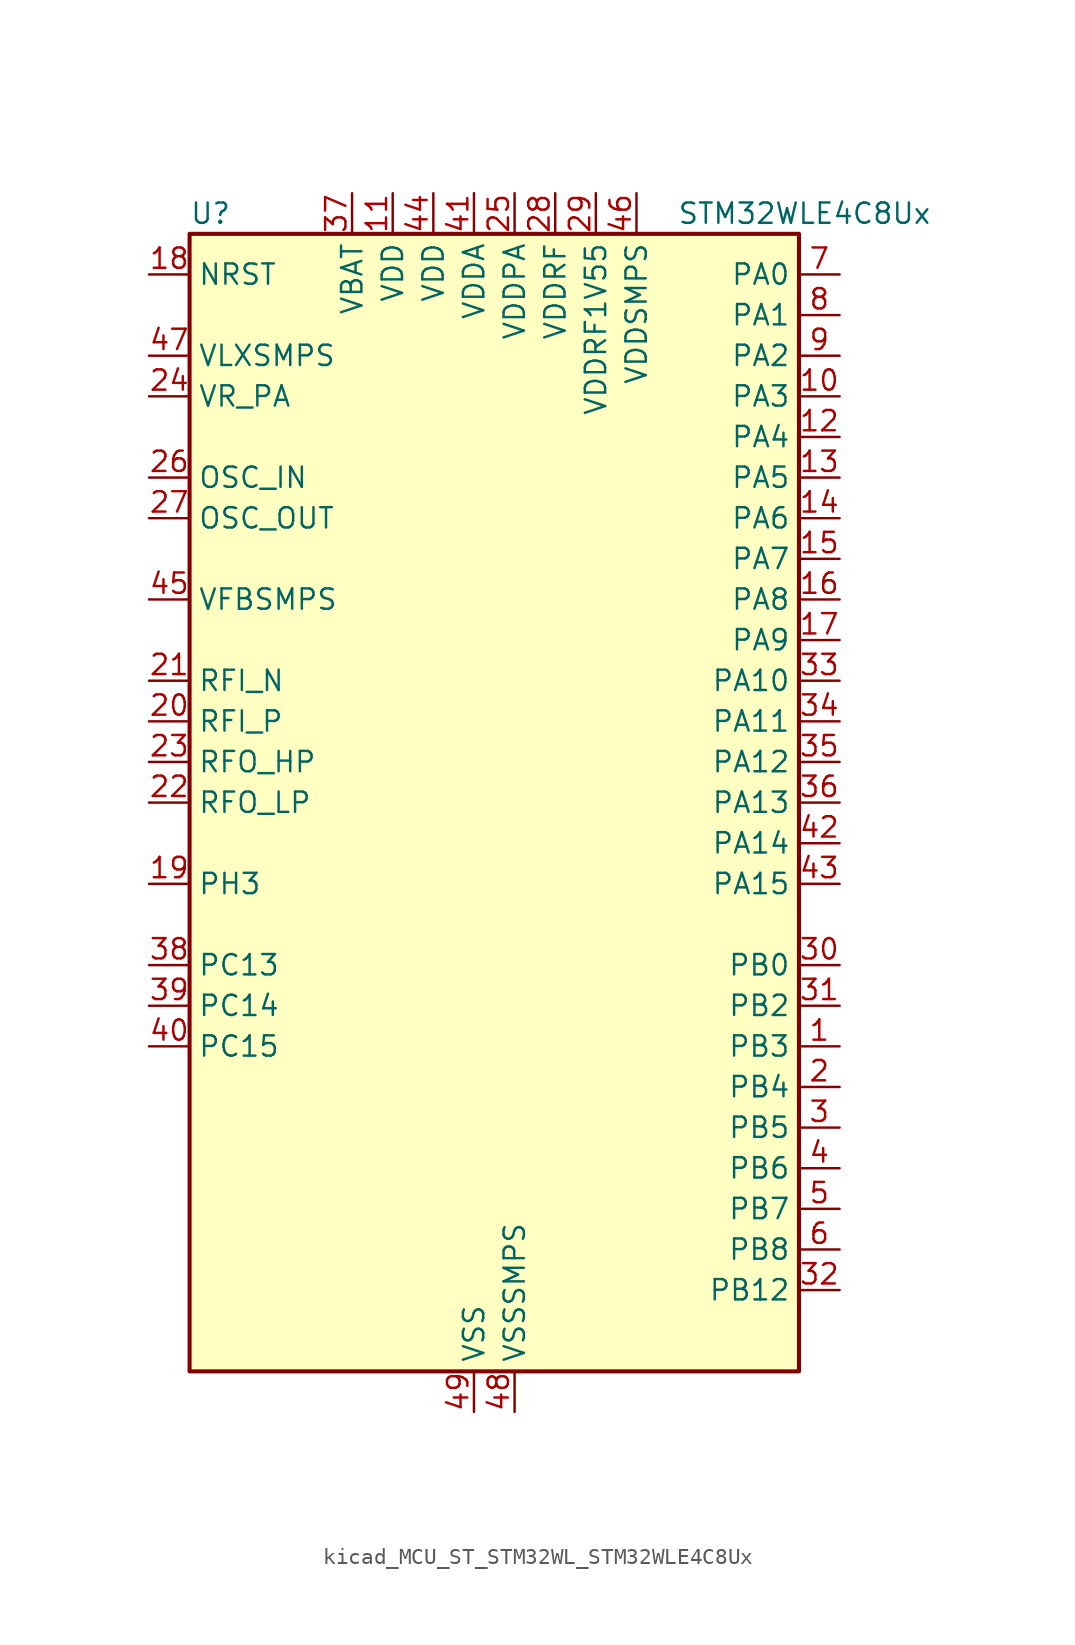
<source format=kicad_sym>
(kicad_symbol_lib
  (version 20220914)
  (generator kicad_symbol_editor)
  (symbol "kicad_MCU_ST_STM32WL_STM32WLE4C8Ux"
    (property "Reference" "U"
      (at -17.78 36.83 0)
      (effects (font (size 1.27 1.27)) (justify left)))
    (property "Value" "STM32WLE4C8Ux"
      (at 12.7 36.83 0)
      (effects (font (size 1.27 1.27)) (justify left)))
    (property "ki_locked" ""
      (at 0 0 0)
      (effects (font (size 1.27 1.27))))
    (symbol "kicad_MCU_ST_STM32WL_STM32WLE4C8Ux_0_1"
      (rectangle (start -17.78 -35.56) (end 20.32 35.56) (stroke (width 0.254) (type default)) (fill (type background))))
    (symbol "kicad_MCU_ST_STM32WL_STM32WLE4C8Ux_1_1"
      (pin bidirectional line (at 22.86 -15.24 180) (length 2.54) (name "PB3" (effects (font (size 1.27 1.27)))) (number "1" (effects (font (size 1.27 1.27)))) (alternate "ADC_IN2" bidirectional line) (alternate "COMP1_INM" bidirectional line) (alternate "COMP2_INM" bidirectional line) (alternate "DEBUG_JTDO-SWO" bidirectional line) (alternate "DEBUG_RF-DTB1" bidirectional line) (alternate "PWR_WKUP3" bidirectional line) (alternate "RTC_TAMP_IN3" bidirectional line) (alternate "SPI1_SCK" bidirectional line) (alternate "TIM2_CH2" bidirectional line) (alternate "USART1_DE" bidirectional line) (alternate "USART1_RTS" bidirectional line))
      (pin bidirectional line (at 22.86 25.4 180) (length 2.54) (name "PA3" (effects (font (size 1.27 1.27)))) (number "10" (effects (font (size 1.27 1.27)))) (alternate "I2S2_MCK" bidirectional line) (alternate "LPUART1_RX" bidirectional line) (alternate "TIM2_CH4" bidirectional line) (alternate "USART2_RX" bidirectional line))
      (pin power_in line (at -5.08 38.1 270) (length 2.54) (name "VDD" (effects (font (size 1.27 1.27)))) (number "11" (effects (font (size 1.27 1.27)))))
      (pin bidirectional line (at 22.86 22.86 180) (length 2.54) (name "PA4" (effects (font (size 1.27 1.27)))) (number "12" (effects (font (size 1.27 1.27)))) (alternate "DEBUG_SUBGHZSPI-NSSOUT" bidirectional line) (alternate "LPTIM1_OUT" bidirectional line) (alternate "LPTIM2_OUT" bidirectional line) (alternate "RTC_OUT2" bidirectional line) (alternate "SPI1_NSS" bidirectional line) (alternate "USART2_CK" bidirectional line))
      (pin bidirectional line (at 22.86 20.32 180) (length 2.54) (name "PA5" (effects (font (size 1.27 1.27)))) (number "13" (effects (font (size 1.27 1.27)))) (alternate "DEBUG_SUBGHZSPI-SCKOUT" bidirectional line) (alternate "LPTIM2_ETR" bidirectional line) (alternate "SPI1_SCK" bidirectional line) (alternate "SPI2_MISO" bidirectional line) (alternate "TIM2_CH1" bidirectional line) (alternate "TIM2_ETR" bidirectional line))
      (pin bidirectional line (at 22.86 17.78 180) (length 2.54) (name "PA6" (effects (font (size 1.27 1.27)))) (number "14" (effects (font (size 1.27 1.27)))) (alternate "DEBUG_SUBGHZSPI-MISOOUT" bidirectional line) (alternate "I2C2_SMBA" bidirectional line) (alternate "LPUART1_CTS" bidirectional line) (alternate "SPI1_MISO" bidirectional line) (alternate "TIM16_CH1" bidirectional line) (alternate "TIM1_BKIN" bidirectional line))
      (pin bidirectional line (at 22.86 15.24 180) (length 2.54) (name "PA7" (effects (font (size 1.27 1.27)))) (number "15" (effects (font (size 1.27 1.27)))) (alternate "COMP2_OUT" bidirectional line) (alternate "DEBUG_SUBGHZSPI-MOSIOUT" bidirectional line) (alternate "I2C3_SCL" bidirectional line) (alternate "SPI1_MOSI" bidirectional line) (alternate "TIM17_CH1" bidirectional line) (alternate "TIM1_CH1N" bidirectional line))
      (pin bidirectional line (at 22.86 12.7 180) (length 2.54) (name "PA8" (effects (font (size 1.27 1.27)))) (number "16" (effects (font (size 1.27 1.27)))) (alternate "I2S2_CK" bidirectional line) (alternate "LPTIM2_OUT" bidirectional line) (alternate "RCC_MCO" bidirectional line) (alternate "SPI2_SCK" bidirectional line) (alternate "TIM1_CH1" bidirectional line) (alternate "USART1_CK" bidirectional line))
      (pin bidirectional line (at 22.86 10.16 180) (length 2.54) (name "PA9" (effects (font (size 1.27 1.27)))) (number "17" (effects (font (size 1.27 1.27)))) (alternate "DAC_EXTI9" bidirectional line) (alternate "I2C1_SCL" bidirectional line) (alternate "I2S2_CK" bidirectional line) (alternate "I2S2_WS" bidirectional line) (alternate "SPI2_NSS" bidirectional line) (alternate "SPI2_SCK" bidirectional line) (alternate "TIM1_CH2" bidirectional line) (alternate "USART1_TX" bidirectional line))
      (pin input line (at -20.32 33.02 0) (length 2.54) (name "NRST" (effects (font (size 1.27 1.27)))) (number "18" (effects (font (size 1.27 1.27)))))
      (pin bidirectional line (at -20.32 -5.08 0) (length 2.54) (name "PH3" (effects (font (size 1.27 1.27)))) (number "19" (effects (font (size 1.27 1.27)))))
      (pin bidirectional line (at 22.86 -17.78 180) (length 2.54) (name "PB4" (effects (font (size 1.27 1.27)))) (number "2" (effects (font (size 1.27 1.27)))) (alternate "ADC_IN3" bidirectional line) (alternate "COMP1_INP" bidirectional line) (alternate "COMP2_INP" bidirectional line) (alternate "DEBUG_JTRST" bidirectional line) (alternate "DEBUG_RF-LDORDY" bidirectional line) (alternate "I2C3_SDA" bidirectional line) (alternate "SPI1_MISO" bidirectional line) (alternate "TIM17_BKIN" bidirectional line) (alternate "USART1_CTS" bidirectional line) (alternate "USART1_NSS" bidirectional line))
      (pin bidirectional line (at -20.32 5.08 0) (length 2.54) (name "RFI_P" (effects (font (size 1.27 1.27)))) (number "20" (effects (font (size 1.27 1.27)))))
      (pin bidirectional line (at -20.32 7.62 0) (length 2.54) (name "RFI_N" (effects (font (size 1.27 1.27)))) (number "21" (effects (font (size 1.27 1.27)))))
      (pin bidirectional line (at -20.32 0 0) (length 2.54) (name "RFO_LP" (effects (font (size 1.27 1.27)))) (number "22" (effects (font (size 1.27 1.27)))))
      (pin bidirectional line (at -20.32 2.54 0) (length 2.54) (name "RFO_HP" (effects (font (size 1.27 1.27)))) (number "23" (effects (font (size 1.27 1.27)))))
      (pin power_in line (at -20.32 25.4 0) (length 2.54) (name "VR_PA" (effects (font (size 1.27 1.27)))) (number "24" (effects (font (size 1.27 1.27)))))
      (pin power_in line (at 2.54 38.1 270) (length 2.54) (name "VDDPA" (effects (font (size 1.27 1.27)))) (number "25" (effects (font (size 1.27 1.27)))))
      (pin input line (at -20.32 20.32 0) (length 2.54) (name "OSC_IN" (effects (font (size 1.27 1.27)))) (number "26" (effects (font (size 1.27 1.27)))) (alternate "RCC_OSC_IN" bidirectional line))
      (pin input line (at -20.32 17.78 0) (length 2.54) (name "OSC_OUT" (effects (font (size 1.27 1.27)))) (number "27" (effects (font (size 1.27 1.27)))) (alternate "RCC_OSC_OUT" bidirectional line))
      (pin power_in line (at 5.08 38.1 270) (length 2.54) (name "VDDRF" (effects (font (size 1.27 1.27)))) (number "28" (effects (font (size 1.27 1.27)))))
      (pin power_in line (at 7.62 38.1 270) (length 2.54) (name "VDDRF1V55" (effects (font (size 1.27 1.27)))) (number "29" (effects (font (size 1.27 1.27)))))
      (pin bidirectional line (at 22.86 -20.32 180) (length 2.54) (name "PB5" (effects (font (size 1.27 1.27)))) (number "3" (effects (font (size 1.27 1.27)))) (alternate "COMP2_OUT" bidirectional line) (alternate "I2C1_SMBA" bidirectional line) (alternate "LPTIM1_IN1" bidirectional line) (alternate "SPI1_MOSI" bidirectional line) (alternate "TIM16_BKIN" bidirectional line) (alternate "USART1_CK" bidirectional line))
      (pin bidirectional line (at 22.86 -10.16 180) (length 2.54) (name "PB0" (effects (font (size 1.27 1.27)))) (number "30" (effects (font (size 1.27 1.27)))) (alternate "COMP1_OUT" bidirectional line) (alternate "VDDTCXO" bidirectional line))
      (pin bidirectional line (at 22.86 -12.7 180) (length 2.54) (name "PB2" (effects (font (size 1.27 1.27)))) (number "31" (effects (font (size 1.27 1.27)))) (alternate "ADC_IN4" bidirectional line) (alternate "COMP1_INP" bidirectional line) (alternate "COMP2_INM" bidirectional line) (alternate "DEBUG_RF-SMPSRDY" bidirectional line) (alternate "I2C3_SMBA" bidirectional line) (alternate "LPTIM1_OUT" bidirectional line) (alternate "SPI1_NSS" bidirectional line))
      (pin bidirectional line (at 22.86 -30.48 180) (length 2.54) (name "PB12" (effects (font (size 1.27 1.27)))) (number "32" (effects (font (size 1.27 1.27)))) (alternate "I2C3_SMBA" bidirectional line) (alternate "I2S2_WS" bidirectional line) (alternate "LPUART1_RTS" bidirectional line) (alternate "SPI2_NSS" bidirectional line) (alternate "TIM1_BKIN" bidirectional line))
      (pin bidirectional line (at 22.86 7.62 180) (length 2.54) (name "PA10" (effects (font (size 1.27 1.27)))) (number "33" (effects (font (size 1.27 1.27)))) (alternate "ADC_IN6" bidirectional line) (alternate "COMP1_INM" bidirectional line) (alternate "COMP2_INM" bidirectional line) (alternate "DAC_OUT1" bidirectional line) (alternate "DEBUG_RF-HSE32RDY" bidirectional line) (alternate "I2C1_SDA" bidirectional line) (alternate "I2S2_SD" bidirectional line) (alternate "RTC_REFIN" bidirectional line) (alternate "SPI2_MOSI" bidirectional line) (alternate "TIM17_BKIN" bidirectional line) (alternate "TIM1_CH3" bidirectional line) (alternate "USART1_RX" bidirectional line))
      (pin bidirectional line (at 22.86 5.08 180) (length 2.54) (name "PA11" (effects (font (size 1.27 1.27)))) (number "34" (effects (font (size 1.27 1.27)))) (alternate "ADC_EXTI11" bidirectional line) (alternate "ADC_IN7" bidirectional line) (alternate "COMP1_INM" bidirectional line) (alternate "COMP2_INM" bidirectional line) (alternate "DEBUG_RF-NRESET" bidirectional line) (alternate "I2C2_SDA" bidirectional line) (alternate "LPTIM3_ETR" bidirectional line) (alternate "SPI1_MISO" bidirectional line) (alternate "TIM1_BKIN2" bidirectional line) (alternate "TIM1_CH4" bidirectional line) (alternate "USART1_CTS" bidirectional line) (alternate "USART1_NSS" bidirectional line))
      (pin bidirectional line (at 22.86 2.54 180) (length 2.54) (name "PA12" (effects (font (size 1.27 1.27)))) (number "35" (effects (font (size 1.27 1.27)))) (alternate "ADC_IN8" bidirectional line) (alternate "DEBUG_RF-BUSY" bidirectional line) (alternate "I2C2_SCL" bidirectional line) (alternate "LPTIM3_IN1" bidirectional line) (alternate "SPI1_MOSI" bidirectional line) (alternate "TIM1_ETR" bidirectional line) (alternate "USART1_DE" bidirectional line) (alternate "USART1_RTS" bidirectional line))
      (pin bidirectional line (at 22.86 0 180) (length 2.54) (name "PA13" (effects (font (size 1.27 1.27)))) (number "36" (effects (font (size 1.27 1.27)))) (alternate "ADC_IN9" bidirectional line) (alternate "DEBUG_JTMS-SWDIO" bidirectional line) (alternate "I2C2_SMBA" bidirectional line) (alternate "IR_OUT" bidirectional line))
      (pin power_in line (at -7.62 38.1 270) (length 2.54) (name "VBAT" (effects (font (size 1.27 1.27)))) (number "37" (effects (font (size 1.27 1.27)))))
      (pin bidirectional line (at -20.32 -10.16 0) (length 2.54) (name "PC13" (effects (font (size 1.27 1.27)))) (number "38" (effects (font (size 1.27 1.27)))) (alternate "PWR_WKUP2" bidirectional line) (alternate "RTC_OUT1" bidirectional line) (alternate "RTC_TAMP_IN1" bidirectional line) (alternate "RTC_TS" bidirectional line))
      (pin bidirectional line (at -20.32 -12.7 0) (length 2.54) (name "PC14" (effects (font (size 1.27 1.27)))) (number "39" (effects (font (size 1.27 1.27)))) (alternate "RCC_OSC32_IN" bidirectional line))
      (pin bidirectional line (at 22.86 -22.86 180) (length 2.54) (name "PB6" (effects (font (size 1.27 1.27)))) (number "4" (effects (font (size 1.27 1.27)))) (alternate "I2C1_SCL" bidirectional line) (alternate "LPTIM1_ETR" bidirectional line) (alternate "TIM16_CH1N" bidirectional line) (alternate "USART1_TX" bidirectional line))
      (pin bidirectional line (at -20.32 -15.24 0) (length 2.54) (name "PC15" (effects (font (size 1.27 1.27)))) (number "40" (effects (font (size 1.27 1.27)))) (alternate "RCC_OSC32_OUT" bidirectional line))
      (pin power_in line (at 0 38.1 270) (length 2.54) (name "VDDA" (effects (font (size 1.27 1.27)))) (number "41" (effects (font (size 1.27 1.27)))))
      (pin bidirectional line (at 22.86 -2.54 180) (length 2.54) (name "PA14" (effects (font (size 1.27 1.27)))) (number "42" (effects (font (size 1.27 1.27)))) (alternate "ADC_IN10" bidirectional line) (alternate "DEBUG_JTCK-SWCLK" bidirectional line) (alternate "I2C1_SMBA" bidirectional line) (alternate "LPTIM1_OUT" bidirectional line))
      (pin bidirectional line (at 22.86 -5.08 180) (length 2.54) (name "PA15" (effects (font (size 1.27 1.27)))) (number "43" (effects (font (size 1.27 1.27)))) (alternate "ADC_IN11" bidirectional line) (alternate "COMP1_INM" bidirectional line) (alternate "COMP2_INP" bidirectional line) (alternate "DEBUG_JTDI" bidirectional line) (alternate "I2C2_SDA" bidirectional line) (alternate "SPI1_NSS" bidirectional line) (alternate "TIM2_CH1" bidirectional line) (alternate "TIM2_ETR" bidirectional line))
      (pin power_in line (at -2.54 38.1 270) (length 2.54) (name "VDD" (effects (font (size 1.27 1.27)))) (number "44" (effects (font (size 1.27 1.27)))))
      (pin input line (at -20.32 12.7 0) (length 2.54) (name "VFBSMPS" (effects (font (size 1.27 1.27)))) (number "45" (effects (font (size 1.27 1.27)))))
      (pin power_in line (at 10.16 38.1 270) (length 2.54) (name "VDDSMPS" (effects (font (size 1.27 1.27)))) (number "46" (effects (font (size 1.27 1.27)))))
      (pin power_in line (at -20.32 27.94 0) (length 2.54) (name "VLXSMPS" (effects (font (size 1.27 1.27)))) (number "47" (effects (font (size 1.27 1.27)))))
      (pin power_in line (at 2.54 -38.1 90) (length 2.54) (name "VSSSMPS" (effects (font (size 1.27 1.27)))) (number "48" (effects (font (size 1.27 1.27)))))
      (pin power_in line (at 0 -38.1 90) (length 2.54) (name "VSS" (effects (font (size 1.27 1.27)))) (number "49" (effects (font (size 1.27 1.27)))))
      (pin bidirectional line (at 22.86 -25.4 180) (length 2.54) (name "PB7" (effects (font (size 1.27 1.27)))) (number "5" (effects (font (size 1.27 1.27)))) (alternate "I2C1_SDA" bidirectional line) (alternate "LPTIM1_IN2" bidirectional line) (alternate "PWR_PVD_IN" bidirectional line) (alternate "TIM17_CH1N" bidirectional line) (alternate "TIM1_BKIN" bidirectional line) (alternate "USART1_RX" bidirectional line))
      (pin bidirectional line (at 22.86 -27.94 180) (length 2.54) (name "PB8" (effects (font (size 1.27 1.27)))) (number "6" (effects (font (size 1.27 1.27)))) (alternate "I2C1_SCL" bidirectional line) (alternate "TIM16_CH1" bidirectional line) (alternate "TIM1_CH2N" bidirectional line))
      (pin bidirectional line (at 22.86 33.02 180) (length 2.54) (name "PA0" (effects (font (size 1.27 1.27)))) (number "7" (effects (font (size 1.27 1.27)))) (alternate "COMP1_OUT" bidirectional line) (alternate "DEBUG_PWR-REGLP1S" bidirectional line) (alternate "I2C3_SMBA" bidirectional line) (alternate "I2S_CKIN" bidirectional line) (alternate "PWR_WKUP1" bidirectional line) (alternate "RTC_TAMP_IN2" bidirectional line) (alternate "TIM2_CH1" bidirectional line) (alternate "TIM2_ETR" bidirectional line) (alternate "USART2_CTS" bidirectional line) (alternate "USART2_NSS" bidirectional line))
      (pin bidirectional line (at 22.86 30.48 180) (length 2.54) (name "PA1" (effects (font (size 1.27 1.27)))) (number "8" (effects (font (size 1.27 1.27)))) (alternate "DEBUG_PWR-REGLP2S" bidirectional line) (alternate "I2C1_SMBA" bidirectional line) (alternate "LPTIM3_OUT" bidirectional line) (alternate "LPUART1_RTS" bidirectional line) (alternate "SPI1_SCK" bidirectional line) (alternate "TIM2_CH2" bidirectional line) (alternate "USART2_DE" bidirectional line) (alternate "USART2_RTS" bidirectional line))
      (pin bidirectional line (at 22.86 27.94 180) (length 2.54) (name "PA2" (effects (font (size 1.27 1.27)))) (number "9" (effects (font (size 1.27 1.27)))) (alternate "COMP2_OUT" bidirectional line) (alternate "DEBUG_PWR-LDORDY" bidirectional line) (alternate "LPUART1_TX" bidirectional line) (alternate "RCC_LSCO" bidirectional line) (alternate "TIM2_CH3" bidirectional line) (alternate "USART2_TX" bidirectional line)))))
</source>
